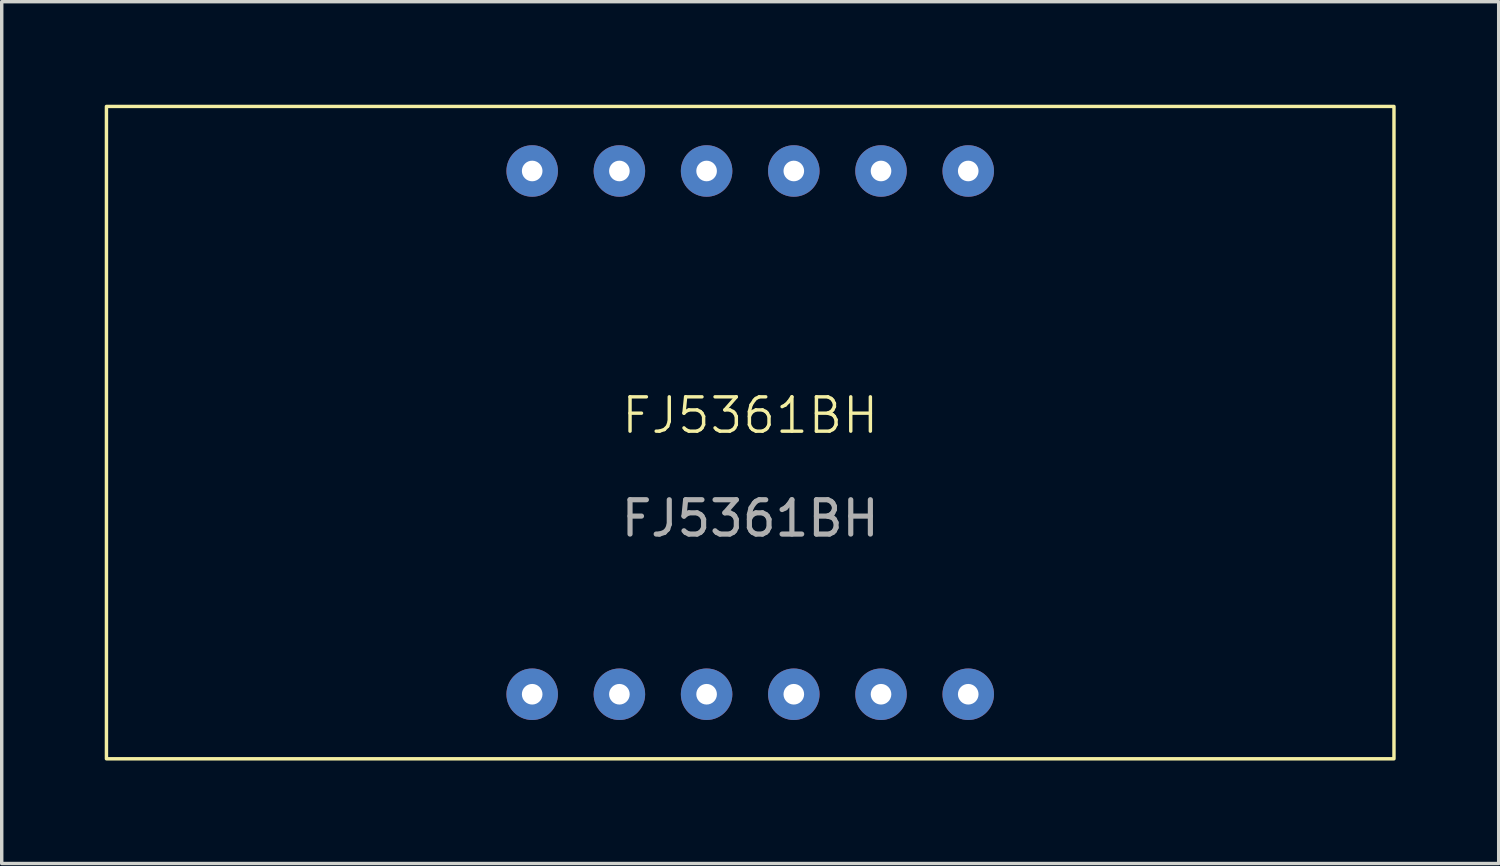
<source format=kicad_pcb>
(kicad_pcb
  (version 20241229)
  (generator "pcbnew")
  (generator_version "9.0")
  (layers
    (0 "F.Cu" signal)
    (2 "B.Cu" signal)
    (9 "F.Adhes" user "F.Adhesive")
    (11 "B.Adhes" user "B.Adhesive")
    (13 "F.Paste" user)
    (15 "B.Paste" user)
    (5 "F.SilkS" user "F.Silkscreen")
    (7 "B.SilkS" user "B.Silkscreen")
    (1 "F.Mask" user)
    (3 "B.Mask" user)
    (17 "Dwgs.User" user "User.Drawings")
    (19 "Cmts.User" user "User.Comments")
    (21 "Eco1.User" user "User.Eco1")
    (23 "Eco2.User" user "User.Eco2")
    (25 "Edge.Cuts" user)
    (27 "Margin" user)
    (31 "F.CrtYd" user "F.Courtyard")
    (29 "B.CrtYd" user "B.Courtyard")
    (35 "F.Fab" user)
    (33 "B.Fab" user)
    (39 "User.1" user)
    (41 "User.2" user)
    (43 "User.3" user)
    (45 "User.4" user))
  (footprint "FJ5361BH"
    (layer "F.Cu")
    (at 18.8 9.55)
    (property "Reference" "FJ5361BH" (at 0 -0.5 0) (unlocked yes) (layer "F.SilkS") (effects (font (size 1 1) (thickness 0.1))))
    (attr smd)
    (fp_rect (start -18.75 -9.5) (end 18.75 9.5) (stroke (width 0.1) (type default)) (fill no) (layer "F.SilkS"))
    (fp_text user "${REFERENCE}" (at 0 2.5 0) (unlocked yes) (layer "F.Fab") (effects (font (size 1 1) (thickness 0.15))))
    (pad "1" thru_hole circle (at -6.35 7.62) (size 1.5 1.5) (drill 0.6) (layers "*.Cu" "*.Mask"))
    (pad "2" thru_hole circle (at -3.81 7.62) (size 1.5 1.5) (drill 0.6) (layers "*.Cu" "*.Mask"))
    (pad "3" thru_hole circle (at -1.27 7.62) (size 1.5 1.5) (drill 0.6) (layers "*.Cu" "*.Mask"))
    (pad "4" thru_hole circle (at 1.27 7.62) (size 1.5 1.5) (drill 0.6) (layers "*.Cu" "*.Mask"))
    (pad "5" thru_hole circle (at 3.81 7.62) (size 1.5 1.5) (drill 0.6) (layers "*.Cu" "*.Mask"))
    (pad "6" thru_hole circle (at 6.35 7.62) (size 1.5 1.5) (drill 0.6) (layers "*.Cu" "*.Mask"))
    (pad "7" thru_hole circle (at 6.35 -7.62) (size 1.5 1.5) (drill 0.6) (layers "*.Cu" "*.Mask"))
    (pad "8" thru_hole circle (at 3.81 -7.62) (size 1.5 1.5) (drill 0.6) (layers "*.Cu" "*.Mask"))
    (pad "9" thru_hole circle (at 1.27 -7.62) (size 1.5 1.5) (drill 0.6) (layers "*.Cu" "*.Mask"))
    (pad "10" thru_hole circle (at -1.27 -7.62) (size 1.5 1.5) (drill 0.6) (layers "*.Cu" "*.Mask"))
    (pad "11" thru_hole circle (at -3.81 -7.62) (size 1.5 1.5) (drill 0.6) (layers "*.Cu" "*.Mask"))
    (pad "12" thru_hole circle (at -6.35 -7.62) (size 1.5 1.5) (drill 0.6) (layers "*.Cu" "*.Mask")))
  (gr_rect
    (start -3 -3)
    (end 40.6 22.1)
    (stroke (width 0.1) (type default))
    (fill no)
    (layer "Edge.Cuts")))
</source>
